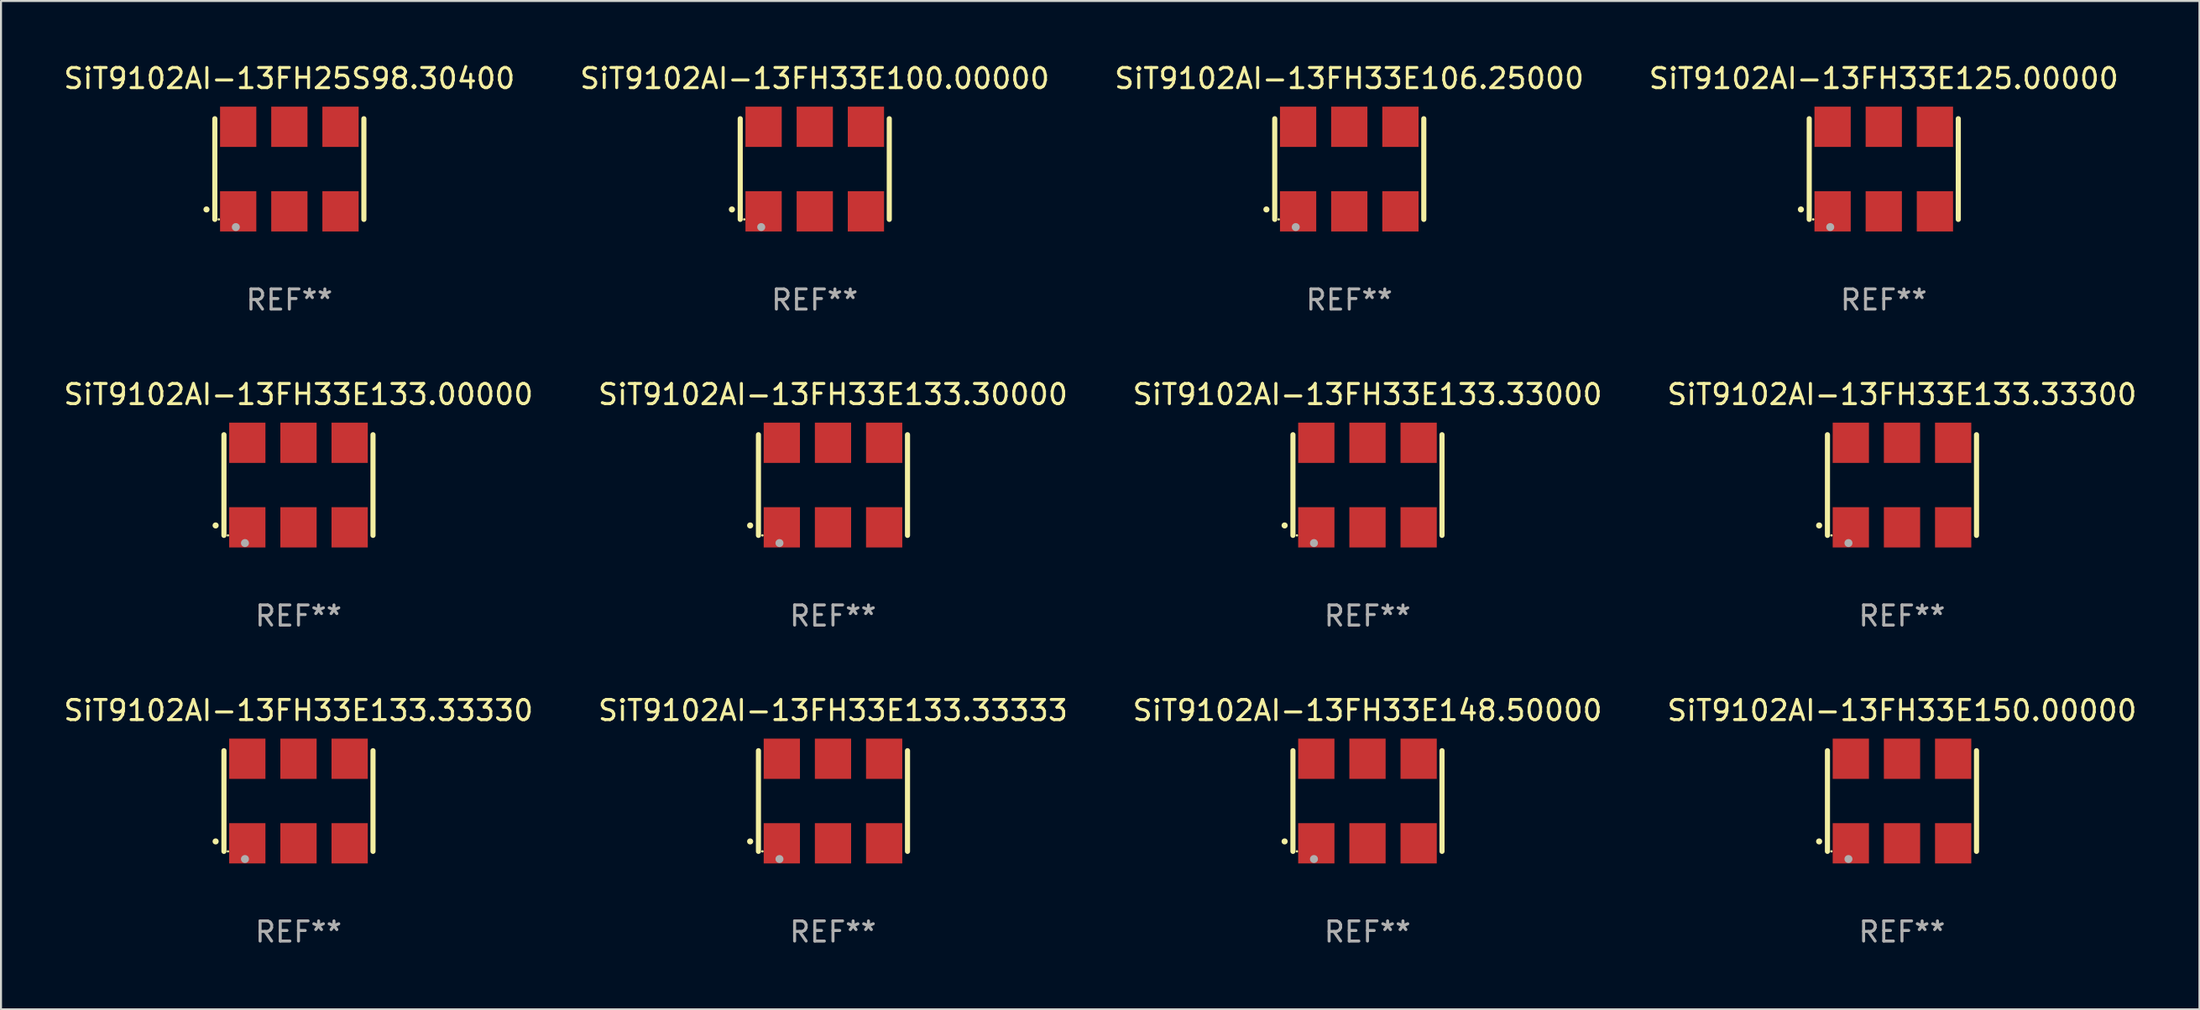
<source format=kicad_pcb>
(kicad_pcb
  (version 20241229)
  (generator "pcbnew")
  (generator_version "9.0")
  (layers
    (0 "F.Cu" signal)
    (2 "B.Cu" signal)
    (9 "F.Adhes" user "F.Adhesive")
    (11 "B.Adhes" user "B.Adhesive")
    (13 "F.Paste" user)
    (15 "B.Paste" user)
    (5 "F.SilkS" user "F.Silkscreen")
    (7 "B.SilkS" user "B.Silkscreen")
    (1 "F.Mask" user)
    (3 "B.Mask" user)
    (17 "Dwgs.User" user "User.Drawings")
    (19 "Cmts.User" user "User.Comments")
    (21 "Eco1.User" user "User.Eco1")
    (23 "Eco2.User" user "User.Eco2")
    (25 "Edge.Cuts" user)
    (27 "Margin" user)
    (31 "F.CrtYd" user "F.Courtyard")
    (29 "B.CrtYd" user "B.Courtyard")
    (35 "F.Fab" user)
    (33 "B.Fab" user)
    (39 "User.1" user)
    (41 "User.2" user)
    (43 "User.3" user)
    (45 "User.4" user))
  (footprint "SiT9102AI-13FH33E100.00000"
    (layer "F.Cu")
    (at 37.399 5.348)
    (property "Reference" "SiT9102AI-13FH33E100.00000" (at 0 -4.5 0) (layer "F.SilkS") (effects (font (size 1 1) (thickness 0.15))))
    (attr through_hole)
    (fp_line (start -3.7 -2.5) (end -3.7 2.5) (stroke (width 0.254) (type solid)) (layer "F.SilkS"))
    (fp_line (start 3.7 -2.5) (end 3.7 2.5) (stroke (width 0.254) (type solid)) (layer "F.SilkS"))
    (fp_arc (start -4.114415 2.006604) (mid -4.113145 2.006599) (end -4.111875 2.006604) (stroke (width 0.3) (type solid)) (layer "F.SilkS"))
    (fp_circle (center -3.502 2.5) (end -3.472 2.5) (stroke (width 0.06) (type solid)) (fill no) (layer "F.SilkS"))
    (fp_circle (center -2.657 2.882) (end -2.557 2.882) (stroke (width 0.2) (type solid)) (fill no) (layer "F.Fab"))
    (fp_text user "REF**" (at 0 6.5 0) (layer "F.Fab") (effects (font (size 1 1) (thickness 0.15))))
    (pad "1" smd rect (at -2.54 2.1) (size 1.8 2) (layers "F.Cu" "F.Mask" "F.Paste"))
    (pad "2" smd rect (at 0.000394 2.1) (size 1.8 2) (layers "F.Cu" "F.Mask" "F.Paste"))
    (pad "3" smd rect (at 2.54 2.1) (size 1.8 2) (layers "F.Cu" "F.Mask" "F.Paste"))
    (pad "4" smd rect (at 2.54 -2.1) (size 1.8 2) (layers "F.Cu" "F.Mask" "F.Paste"))
    (pad "5" smd rect (at 0.000394 -2.1) (size 1.8 2) (layers "F.Cu" "F.Mask" "F.Paste"))
    (pad "6" smd rect (at -2.54 -2.1) (size 1.8 2) (layers "F.Cu" "F.Mask" "F.Paste")))
  (footprint "SiT9102AI-13FH25S98.30400"
    (layer "F.Cu")
    (at 11.315 5.348)
    (property "Reference" "SiT9102AI-13FH25S98.30400" (at 0 -4.5 0) (layer "F.SilkS") (effects (font (size 1 1) (thickness 0.15))))
    (attr through_hole)
    (fp_line (start -3.7 -2.5) (end -3.7 2.5) (stroke (width 0.254) (type solid)) (layer "F.SilkS"))
    (fp_line (start 3.7 -2.5) (end 3.7 2.5) (stroke (width 0.254) (type solid)) (layer "F.SilkS"))
    (fp_arc (start -4.114415 2.006604) (mid -4.113145 2.006599) (end -4.111875 2.006604) (stroke (width 0.3) (type solid)) (layer "F.SilkS"))
    (fp_circle (center -3.502 2.5) (end -3.472 2.5) (stroke (width 0.06) (type solid)) (fill no) (layer "F.SilkS"))
    (fp_circle (center -2.657 2.882) (end -2.557 2.882) (stroke (width 0.2) (type solid)) (fill no) (layer "F.Fab"))
    (fp_text user "REF**" (at 0 6.5 0) (layer "F.Fab") (effects (font (size 1 1) (thickness 0.15))))
    (pad "1" smd rect (at -2.54 2.1) (size 1.8 2) (layers "F.Cu" "F.Mask" "F.Paste"))
    (pad "2" smd rect (at 0.000394 2.1) (size 1.8 2) (layers "F.Cu" "F.Mask" "F.Paste"))
    (pad "3" smd rect (at 2.54 2.1) (size 1.8 2) (layers "F.Cu" "F.Mask" "F.Paste"))
    (pad "4" smd rect (at 2.54 -2.1) (size 1.8 2) (layers "F.Cu" "F.Mask" "F.Paste"))
    (pad "5" smd rect (at 0.000394 -2.1) (size 1.8 2) (layers "F.Cu" "F.Mask" "F.Paste"))
    (pad "6" smd rect (at -2.54 -2.1) (size 1.8 2) (layers "F.Cu" "F.Mask" "F.Paste")))
  (footprint "SiT9102AI-13FH33E133.00000"
    (layer "F.Cu")
    (at 11.768 21.045)
    (property "Reference" "SiT9102AI-13FH33E133.00000" (at 0 -4.5 0) (layer "F.SilkS") (effects (font (size 1 1) (thickness 0.15))))
    (attr through_hole)
    (fp_line (start -3.7 -2.5) (end -3.7 2.5) (stroke (width 0.254) (type solid)) (layer "F.SilkS"))
    (fp_line (start 3.7 -2.5) (end 3.7 2.5) (stroke (width 0.254) (type solid)) (layer "F.SilkS"))
    (fp_arc (start -4.114415 2.006604) (mid -4.113145 2.006599) (end -4.111875 2.006604) (stroke (width 0.3) (type solid)) (layer "F.SilkS"))
    (fp_circle (center -3.502 2.5) (end -3.472 2.5) (stroke (width 0.06) (type solid)) (fill no) (layer "F.SilkS"))
    (fp_circle (center -2.657 2.882) (end -2.557 2.882) (stroke (width 0.2) (type solid)) (fill no) (layer "F.Fab"))
    (fp_text user "REF**" (at 0 6.5 0) (layer "F.Fab") (effects (font (size 1 1) (thickness 0.15))))
    (pad "1" smd rect (at -2.54 2.1) (size 1.8 2) (layers "F.Cu" "F.Mask" "F.Paste"))
    (pad "2" smd rect (at 0.000394 2.1) (size 1.8 2) (layers "F.Cu" "F.Mask" "F.Paste"))
    (pad "3" smd rect (at 2.54 2.1) (size 1.8 2) (layers "F.Cu" "F.Mask" "F.Paste"))
    (pad "4" smd rect (at 2.54 -2.1) (size 1.8 2) (layers "F.Cu" "F.Mask" "F.Paste"))
    (pad "5" smd rect (at 0.000394 -2.1) (size 1.8 2) (layers "F.Cu" "F.Mask" "F.Paste"))
    (pad "6" smd rect (at -2.54 -2.1) (size 1.8 2) (layers "F.Cu" "F.Mask" "F.Paste")))
  (footprint "SiT9102AI-13FH33E133.33330"
    (layer "F.Cu")
    (at 11.768 36.741)
    (property "Reference" "SiT9102AI-13FH33E133.33330" (at 0 -4.5 0) (layer "F.SilkS") (effects (font (size 1 1) (thickness 0.15))))
    (attr through_hole)
    (fp_line (start -3.7 -2.5) (end -3.7 2.5) (stroke (width 0.254) (type solid)) (layer "F.SilkS"))
    (fp_line (start 3.7 -2.5) (end 3.7 2.5) (stroke (width 0.254) (type solid)) (layer "F.SilkS"))
    (fp_arc (start -4.114415 2.006604) (mid -4.113145 2.006599) (end -4.111875 2.006604) (stroke (width 0.3) (type solid)) (layer "F.SilkS"))
    (fp_circle (center -3.502 2.5) (end -3.472 2.5) (stroke (width 0.06) (type solid)) (fill no) (layer "F.SilkS"))
    (fp_circle (center -2.657 2.882) (end -2.557 2.882) (stroke (width 0.2) (type solid)) (fill no) (layer "F.Fab"))
    (fp_text user "REF**" (at 0 6.5 0) (layer "F.Fab") (effects (font (size 1 1) (thickness 0.15))))
    (pad "1" smd rect (at -2.54 2.1) (size 1.8 2) (layers "F.Cu" "F.Mask" "F.Paste"))
    (pad "2" smd rect (at 0.000394 2.1) (size 1.8 2) (layers "F.Cu" "F.Mask" "F.Paste"))
    (pad "3" smd rect (at 2.54 2.1) (size 1.8 2) (layers "F.Cu" "F.Mask" "F.Paste"))
    (pad "4" smd rect (at 2.54 -2.1) (size 1.8 2) (layers "F.Cu" "F.Mask" "F.Paste"))
    (pad "5" smd rect (at 0.000394 -2.1) (size 1.8 2) (layers "F.Cu" "F.Mask" "F.Paste"))
    (pad "6" smd rect (at -2.54 -2.1) (size 1.8 2) (layers "F.Cu" "F.Mask" "F.Paste")))
  (footprint "SiT9102AI-13FH33E106.25000"
    (layer "F.Cu")
    (at 63.935 5.348)
    (property "Reference" "SiT9102AI-13FH33E106.25000" (at 0 -4.5 0) (layer "F.SilkS") (effects (font (size 1 1) (thickness 0.15))))
    (attr through_hole)
    (fp_line (start -3.7 -2.5) (end -3.7 2.5) (stroke (width 0.254) (type solid)) (layer "F.SilkS"))
    (fp_line (start 3.7 -2.5) (end 3.7 2.5) (stroke (width 0.254) (type solid)) (layer "F.SilkS"))
    (fp_arc (start -4.114415 2.006604) (mid -4.113145 2.006599) (end -4.111875 2.006604) (stroke (width 0.3) (type solid)) (layer "F.SilkS"))
    (fp_circle (center -3.502 2.5) (end -3.472 2.5) (stroke (width 0.06) (type solid)) (fill no) (layer "F.SilkS"))
    (fp_circle (center -2.657 2.882) (end -2.557 2.882) (stroke (width 0.2) (type solid)) (fill no) (layer "F.Fab"))
    (fp_text user "REF**" (at 0 6.5 0) (layer "F.Fab") (effects (font (size 1 1) (thickness 0.15))))
    (pad "1" smd rect (at -2.54 2.1) (size 1.8 2) (layers "F.Cu" "F.Mask" "F.Paste"))
    (pad "2" smd rect (at 0.000394 2.1) (size 1.8 2) (layers "F.Cu" "F.Mask" "F.Paste"))
    (pad "3" smd rect (at 2.54 2.1) (size 1.8 2) (layers "F.Cu" "F.Mask" "F.Paste"))
    (pad "4" smd rect (at 2.54 -2.1) (size 1.8 2) (layers "F.Cu" "F.Mask" "F.Paste"))
    (pad "5" smd rect (at 0.000394 -2.1) (size 1.8 2) (layers "F.Cu" "F.Mask" "F.Paste"))
    (pad "6" smd rect (at -2.54 -2.1) (size 1.8 2) (layers "F.Cu" "F.Mask" "F.Paste")))
  (footprint "SiT9102AI-13FH33E150.00000"
    (layer "F.Cu")
    (at 91.375 36.741)
    (property "Reference" "SiT9102AI-13FH33E150.00000" (at 0 -4.5 0) (layer "F.SilkS") (effects (font (size 1 1) (thickness 0.15))))
    (attr through_hole)
    (fp_line (start -3.7 -2.5) (end -3.7 2.5) (stroke (width 0.254) (type solid)) (layer "F.SilkS"))
    (fp_line (start 3.7 -2.5) (end 3.7 2.5) (stroke (width 0.254) (type solid)) (layer "F.SilkS"))
    (fp_arc (start -4.114415 2.006604) (mid -4.113145 2.006599) (end -4.111875 2.006604) (stroke (width 0.3) (type solid)) (layer "F.SilkS"))
    (fp_circle (center -3.502 2.5) (end -3.472 2.5) (stroke (width 0.06) (type solid)) (fill no) (layer "F.SilkS"))
    (fp_circle (center -2.657 2.882) (end -2.557 2.882) (stroke (width 0.2) (type solid)) (fill no) (layer "F.Fab"))
    (fp_text user "REF**" (at 0 6.5 0) (layer "F.Fab") (effects (font (size 1 1) (thickness 0.15))))
    (pad "1" smd rect (at -2.54 2.1) (size 1.8 2) (layers "F.Cu" "F.Mask" "F.Paste"))
    (pad "2" smd rect (at 0.000394 2.1) (size 1.8 2) (layers "F.Cu" "F.Mask" "F.Paste"))
    (pad "3" smd rect (at 2.54 2.1) (size 1.8 2) (layers "F.Cu" "F.Mask" "F.Paste"))
    (pad "4" smd rect (at 2.54 -2.1) (size 1.8 2) (layers "F.Cu" "F.Mask" "F.Paste"))
    (pad "5" smd rect (at 0.000394 -2.1) (size 1.8 2) (layers "F.Cu" "F.Mask" "F.Paste"))
    (pad "6" smd rect (at -2.54 -2.1) (size 1.8 2) (layers "F.Cu" "F.Mask" "F.Paste")))
  (footprint "SiT9102AI-13FH33E133.33000"
    (layer "F.Cu")
    (at 64.839 21.045)
    (property "Reference" "SiT9102AI-13FH33E133.33000" (at 0 -4.5 0) (layer "F.SilkS") (effects (font (size 1 1) (thickness 0.15))))
    (attr through_hole)
    (fp_line (start -3.7 -2.5) (end -3.7 2.5) (stroke (width 0.254) (type solid)) (layer "F.SilkS"))
    (fp_line (start 3.7 -2.5) (end 3.7 2.5) (stroke (width 0.254) (type solid)) (layer "F.SilkS"))
    (fp_arc (start -4.114415 2.006604) (mid -4.113145 2.006599) (end -4.111875 2.006604) (stroke (width 0.3) (type solid)) (layer "F.SilkS"))
    (fp_circle (center -3.502 2.5) (end -3.472 2.5) (stroke (width 0.06) (type solid)) (fill no) (layer "F.SilkS"))
    (fp_circle (center -2.657 2.882) (end -2.557 2.882) (stroke (width 0.2) (type solid)) (fill no) (layer "F.Fab"))
    (fp_text user "REF**" (at 0 6.5 0) (layer "F.Fab") (effects (font (size 1 1) (thickness 0.15))))
    (pad "1" smd rect (at -2.54 2.1) (size 1.8 2) (layers "F.Cu" "F.Mask" "F.Paste"))
    (pad "2" smd rect (at 0.000394 2.1) (size 1.8 2) (layers "F.Cu" "F.Mask" "F.Paste"))
    (pad "3" smd rect (at 2.54 2.1) (size 1.8 2) (layers "F.Cu" "F.Mask" "F.Paste"))
    (pad "4" smd rect (at 2.54 -2.1) (size 1.8 2) (layers "F.Cu" "F.Mask" "F.Paste"))
    (pad "5" smd rect (at 0.000394 -2.1) (size 1.8 2) (layers "F.Cu" "F.Mask" "F.Paste"))
    (pad "6" smd rect (at -2.54 -2.1) (size 1.8 2) (layers "F.Cu" "F.Mask" "F.Paste")))
  (footprint "SiT9102AI-13FH33E133.33333"
    (layer "F.Cu")
    (at 38.304 36.741)
    (property "Reference" "SiT9102AI-13FH33E133.33333" (at 0 -4.5 0) (layer "F.SilkS") (effects (font (size 1 1) (thickness 0.15))))
    (attr through_hole)
    (fp_line (start -3.7 -2.5) (end -3.7 2.5) (stroke (width 0.254) (type solid)) (layer "F.SilkS"))
    (fp_line (start 3.7 -2.5) (end 3.7 2.5) (stroke (width 0.254) (type solid)) (layer "F.SilkS"))
    (fp_arc (start -4.114415 2.006604) (mid -4.113145 2.006599) (end -4.111875 2.006604) (stroke (width 0.3) (type solid)) (layer "F.SilkS"))
    (fp_circle (center -3.502 2.5) (end -3.472 2.5) (stroke (width 0.06) (type solid)) (fill no) (layer "F.SilkS"))
    (fp_circle (center -2.657 2.882) (end -2.557 2.882) (stroke (width 0.2) (type solid)) (fill no) (layer "F.Fab"))
    (fp_text user "REF**" (at 0 6.5 0) (layer "F.Fab") (effects (font (size 1 1) (thickness 0.15))))
    (pad "1" smd rect (at -2.54 2.1) (size 1.8 2) (layers "F.Cu" "F.Mask" "F.Paste"))
    (pad "2" smd rect (at 0.000394 2.1) (size 1.8 2) (layers "F.Cu" "F.Mask" "F.Paste"))
    (pad "3" smd rect (at 2.54 2.1) (size 1.8 2) (layers "F.Cu" "F.Mask" "F.Paste"))
    (pad "4" smd rect (at 2.54 -2.1) (size 1.8 2) (layers "F.Cu" "F.Mask" "F.Paste"))
    (pad "5" smd rect (at 0.000394 -2.1) (size 1.8 2) (layers "F.Cu" "F.Mask" "F.Paste"))
    (pad "6" smd rect (at -2.54 -2.1) (size 1.8 2) (layers "F.Cu" "F.Mask" "F.Paste")))
  (footprint "SiT9102AI-13FH33E133.30000"
    (layer "F.Cu")
    (at 38.304 21.045)
    (property "Reference" "SiT9102AI-13FH33E133.30000" (at 0 -4.5 0) (layer "F.SilkS") (effects (font (size 1 1) (thickness 0.15))))
    (attr through_hole)
    (fp_line (start -3.7 -2.5) (end -3.7 2.5) (stroke (width 0.254) (type solid)) (layer "F.SilkS"))
    (fp_line (start 3.7 -2.5) (end 3.7 2.5) (stroke (width 0.254) (type solid)) (layer "F.SilkS"))
    (fp_arc (start -4.114415 2.006604) (mid -4.113145 2.006599) (end -4.111875 2.006604) (stroke (width 0.3) (type solid)) (layer "F.SilkS"))
    (fp_circle (center -3.502 2.5) (end -3.472 2.5) (stroke (width 0.06) (type solid)) (fill no) (layer "F.SilkS"))
    (fp_circle (center -2.657 2.882) (end -2.557 2.882) (stroke (width 0.2) (type solid)) (fill no) (layer "F.Fab"))
    (fp_text user "REF**" (at 0 6.5 0) (layer "F.Fab") (effects (font (size 1 1) (thickness 0.15))))
    (pad "1" smd rect (at -2.54 2.1) (size 1.8 2) (layers "F.Cu" "F.Mask" "F.Paste"))
    (pad "2" smd rect (at 0.000394 2.1) (size 1.8 2) (layers "F.Cu" "F.Mask" "F.Paste"))
    (pad "3" smd rect (at 2.54 2.1) (size 1.8 2) (layers "F.Cu" "F.Mask" "F.Paste"))
    (pad "4" smd rect (at 2.54 -2.1) (size 1.8 2) (layers "F.Cu" "F.Mask" "F.Paste"))
    (pad "5" smd rect (at 0.000394 -2.1) (size 1.8 2) (layers "F.Cu" "F.Mask" "F.Paste"))
    (pad "6" smd rect (at -2.54 -2.1) (size 1.8 2) (layers "F.Cu" "F.Mask" "F.Paste")))
  (footprint "SiT9102AI-13FH33E133.33300"
    (layer "F.Cu")
    (at 91.375 21.045)
    (property "Reference" "SiT9102AI-13FH33E133.33300" (at 0 -4.5 0) (layer "F.SilkS") (effects (font (size 1 1) (thickness 0.15))))
    (attr through_hole)
    (fp_line (start -3.7 -2.5) (end -3.7 2.5) (stroke (width 0.254) (type solid)) (layer "F.SilkS"))
    (fp_line (start 3.7 -2.5) (end 3.7 2.5) (stroke (width 0.254) (type solid)) (layer "F.SilkS"))
    (fp_arc (start -4.114415 2.006604) (mid -4.113145 2.006599) (end -4.111875 2.006604) (stroke (width 0.3) (type solid)) (layer "F.SilkS"))
    (fp_circle (center -3.502 2.5) (end -3.472 2.5) (stroke (width 0.06) (type solid)) (fill no) (layer "F.SilkS"))
    (fp_circle (center -2.657 2.882) (end -2.557 2.882) (stroke (width 0.2) (type solid)) (fill no) (layer "F.Fab"))
    (fp_text user "REF**" (at 0 6.5 0) (layer "F.Fab") (effects (font (size 1 1) (thickness 0.15))))
    (pad "1" smd rect (at -2.54 2.1) (size 1.8 2) (layers "F.Cu" "F.Mask" "F.Paste"))
    (pad "2" smd rect (at 0.000394 2.1) (size 1.8 2) (layers "F.Cu" "F.Mask" "F.Paste"))
    (pad "3" smd rect (at 2.54 2.1) (size 1.8 2) (layers "F.Cu" "F.Mask" "F.Paste"))
    (pad "4" smd rect (at 2.54 -2.1) (size 1.8 2) (layers "F.Cu" "F.Mask" "F.Paste"))
    (pad "5" smd rect (at 0.000394 -2.1) (size 1.8 2) (layers "F.Cu" "F.Mask" "F.Paste"))
    (pad "6" smd rect (at -2.54 -2.1) (size 1.8 2) (layers "F.Cu" "F.Mask" "F.Paste")))
  (footprint "SiT9102AI-13FH33E125.00000"
    (layer "F.Cu")
    (at 90.47 5.348)
    (property "Reference" "SiT9102AI-13FH33E125.00000" (at 0 -4.5 0) (layer "F.SilkS") (effects (font (size 1 1) (thickness 0.15))))
    (attr through_hole)
    (fp_line (start -3.7 -2.5) (end -3.7 2.5) (stroke (width 0.254) (type solid)) (layer "F.SilkS"))
    (fp_line (start 3.7 -2.5) (end 3.7 2.5) (stroke (width 0.254) (type solid)) (layer "F.SilkS"))
    (fp_arc (start -4.114415 2.006604) (mid -4.113145 2.006599) (end -4.111875 2.006604) (stroke (width 0.3) (type solid)) (layer "F.SilkS"))
    (fp_circle (center -3.502 2.5) (end -3.472 2.5) (stroke (width 0.06) (type solid)) (fill no) (layer "F.SilkS"))
    (fp_circle (center -2.657 2.882) (end -2.557 2.882) (stroke (width 0.2) (type solid)) (fill no) (layer "F.Fab"))
    (fp_text user "REF**" (at 0 6.5 0) (layer "F.Fab") (effects (font (size 1 1) (thickness 0.15))))
    (pad "1" smd rect (at -2.54 2.1) (size 1.8 2) (layers "F.Cu" "F.Mask" "F.Paste"))
    (pad "2" smd rect (at 0.000394 2.1) (size 1.8 2) (layers "F.Cu" "F.Mask" "F.Paste"))
    (pad "3" smd rect (at 2.54 2.1) (size 1.8 2) (layers "F.Cu" "F.Mask" "F.Paste"))
    (pad "4" smd rect (at 2.54 -2.1) (size 1.8 2) (layers "F.Cu" "F.Mask" "F.Paste"))
    (pad "5" smd rect (at 0.000394 -2.1) (size 1.8 2) (layers "F.Cu" "F.Mask" "F.Paste"))
    (pad "6" smd rect (at -2.54 -2.1) (size 1.8 2) (layers "F.Cu" "F.Mask" "F.Paste")))
  (footprint "SiT9102AI-13FH33E148.50000"
    (layer "F.Cu")
    (at 64.839 36.741)
    (property "Reference" "SiT9102AI-13FH33E148.50000" (at 0 -4.5 0) (layer "F.SilkS") (effects (font (size 1 1) (thickness 0.15))))
    (attr through_hole)
    (fp_line (start -3.7 -2.5) (end -3.7 2.5) (stroke (width 0.254) (type solid)) (layer "F.SilkS"))
    (fp_line (start 3.7 -2.5) (end 3.7 2.5) (stroke (width 0.254) (type solid)) (layer "F.SilkS"))
    (fp_arc (start -4.114415 2.006604) (mid -4.113145 2.006599) (end -4.111875 2.006604) (stroke (width 0.3) (type solid)) (layer "F.SilkS"))
    (fp_circle (center -3.502 2.5) (end -3.472 2.5) (stroke (width 0.06) (type solid)) (fill no) (layer "F.SilkS"))
    (fp_circle (center -2.657 2.882) (end -2.557 2.882) (stroke (width 0.2) (type solid)) (fill no) (layer "F.Fab"))
    (fp_text user "REF**" (at 0 6.5 0) (layer "F.Fab") (effects (font (size 1 1) (thickness 0.15))))
    (pad "1" smd rect (at -2.54 2.1) (size 1.8 2) (layers "F.Cu" "F.Mask" "F.Paste"))
    (pad "2" smd rect (at 0.000394 2.1) (size 1.8 2) (layers "F.Cu" "F.Mask" "F.Paste"))
    (pad "3" smd rect (at 2.54 2.1) (size 1.8 2) (layers "F.Cu" "F.Mask" "F.Paste"))
    (pad "4" smd rect (at 2.54 -2.1) (size 1.8 2) (layers "F.Cu" "F.Mask" "F.Paste"))
    (pad "5" smd rect (at 0.000394 -2.1) (size 1.8 2) (layers "F.Cu" "F.Mask" "F.Paste"))
    (pad "6" smd rect (at -2.54 -2.1) (size 1.8 2) (layers "F.Cu" "F.Mask" "F.Paste")))
  (gr_rect
    (start -3 -3)
    (end 106.143 47.09)
    (stroke (width 0.1) (type default))
    (fill no)
    (layer "Edge.Cuts")))
</source>
